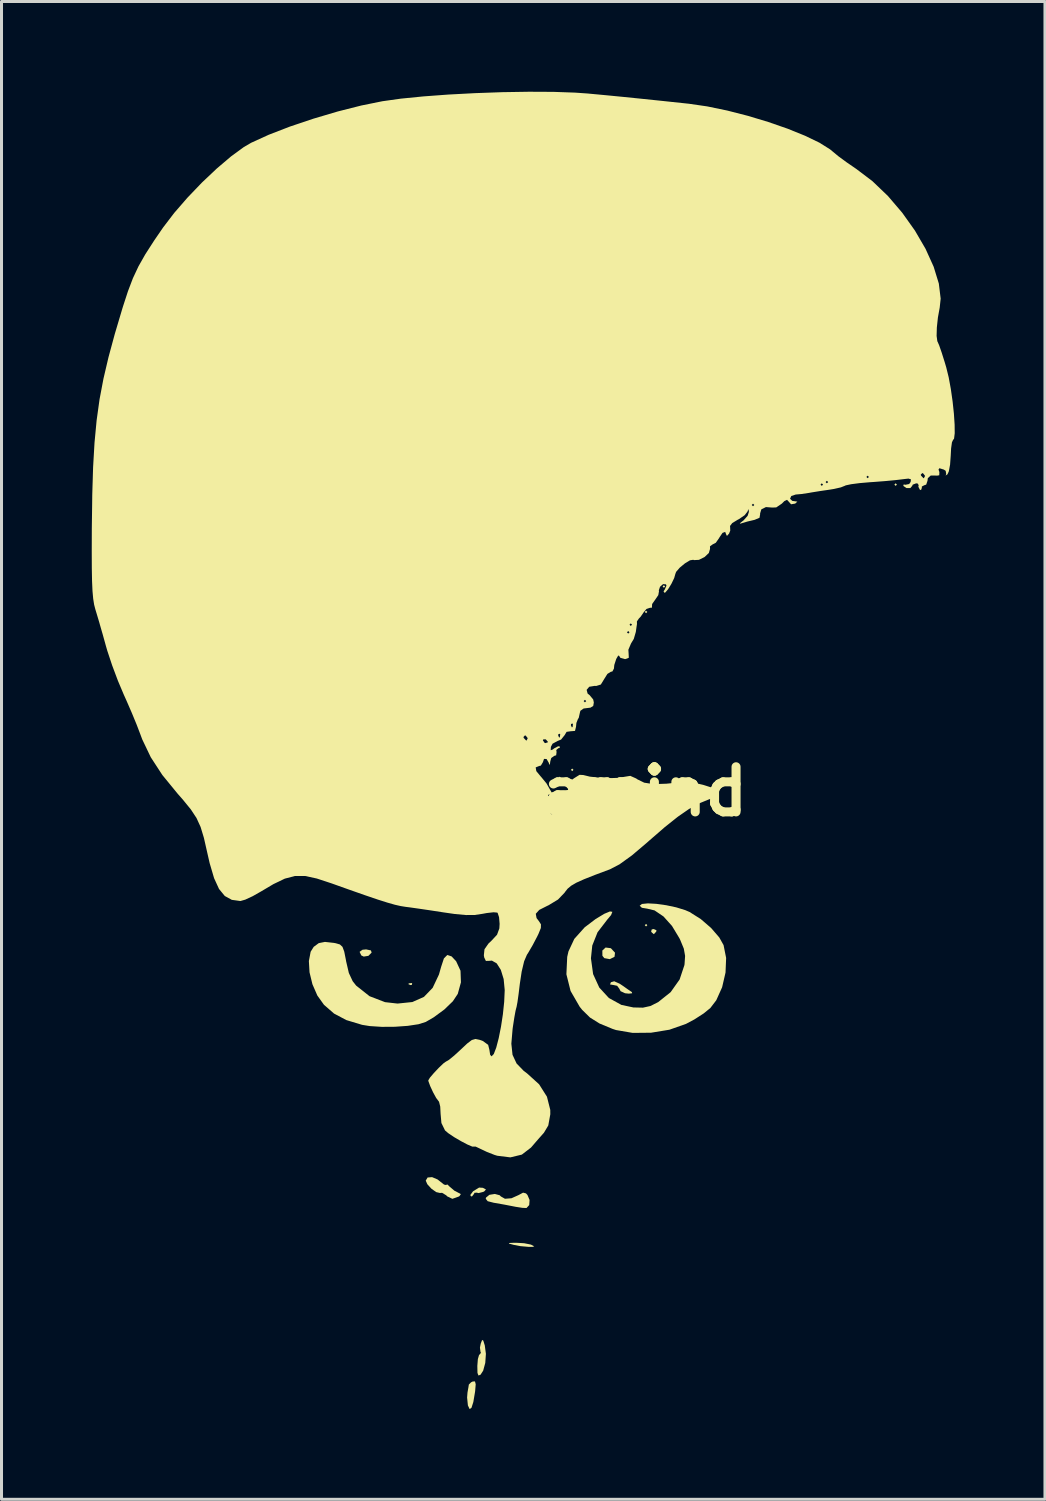
<source format=kicad_pcb>
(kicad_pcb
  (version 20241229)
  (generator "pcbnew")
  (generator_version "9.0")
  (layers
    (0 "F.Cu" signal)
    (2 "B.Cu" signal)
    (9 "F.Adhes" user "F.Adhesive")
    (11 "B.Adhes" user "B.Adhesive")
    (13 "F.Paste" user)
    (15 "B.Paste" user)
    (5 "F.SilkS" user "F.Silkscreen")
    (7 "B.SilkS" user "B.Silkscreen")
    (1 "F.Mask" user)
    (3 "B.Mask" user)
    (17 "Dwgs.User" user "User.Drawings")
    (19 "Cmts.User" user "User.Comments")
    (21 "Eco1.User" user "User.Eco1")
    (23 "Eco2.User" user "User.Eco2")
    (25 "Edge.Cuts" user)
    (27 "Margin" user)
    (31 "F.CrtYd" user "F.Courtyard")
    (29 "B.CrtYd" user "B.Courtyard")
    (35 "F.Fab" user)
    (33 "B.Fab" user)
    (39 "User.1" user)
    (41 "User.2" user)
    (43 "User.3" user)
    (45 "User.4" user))
  (footprint "aniMegamind"
    (layer "F.Cu")
    (at 14.49 23.262)
    (property "Reference" "aniMegamind" (at 0 0 0) (layer "F.SilkS") (effects (font (size 1.5 1.5) (thickness 0.3))))
    (attr board_only exclude_from_pos_files exclude_from_bom)
    (fp_poly (pts (xy 1.524 -0.72) (xy 1.482 -0.677) (xy 1.439 -0.72) (xy 1.482 -0.762)) (stroke (width 0) (type solid)) (fill yes) (layer "F.SilkS"))
    (fp_poly (pts (xy 3.979 -5.969) (xy 3.937 -5.927) (xy 3.895 -5.969) (xy 3.937 -6.011)) (stroke (width 0) (type solid)) (fill yes) (layer "F.SilkS"))
    (fp_poly (pts (xy 3.979 4.445) (xy 3.937 4.487) (xy 3.895 4.445) (xy 3.937 4.403)) (stroke (width 0) (type solid)) (fill yes) (layer "F.SilkS"))
    (fp_poly (pts (xy 4.572 -6.816) (xy 4.53 -6.773) (xy 4.487 -6.816) (xy 4.53 -6.858)) (stroke (width 0) (type solid)) (fill yes) (layer "F.SilkS"))
    (fp_poly (pts (xy 12.277 -10.202) (xy 12.234 -10.16) (xy 12.192 -10.202) (xy 12.234 -10.245)) (stroke (width 0) (type solid)) (fill yes) (layer "F.SilkS"))
    (fp_poly (pts (xy -3.838 6.378) (xy -3.85 6.429) (xy -3.895 6.435) (xy -3.964 6.404) (xy -3.951 6.378) (xy -3.851 6.368)) (stroke (width 0) (type solid)) (fill yes) (layer "F.SilkS"))
    (fp_poly (pts (xy 1.088 -0.474) (xy 1.178 -0.389) (xy 1.16 -0.339) (xy 1.148 -0.339) (xy 1.076 -0.399) (xy 1.05 -0.436) (xy 1.04 -0.494)) (stroke (width 0) (type solid)) (fill yes) (layer "F.SilkS"))
    (fp_poly (pts (xy -5.209 5.283) (xy -5.186 5.355) (xy -5.292 5.463) (xy -5.449 5.488) (xy -5.529 5.45) (xy -5.586 5.331) (xy -5.49 5.261) (xy -5.369 5.249)) (stroke (width 0) (type solid)) (fill yes) (layer "F.SilkS"))
    (fp_poly (pts (xy 4.282 4.612) (xy 4.276 4.657) (xy 4.203 4.737) (xy 4.191 4.741) (xy 4.124 4.682) (xy 4.106 4.657) (xy 4.126 4.585) (xy 4.191 4.572)) (stroke (width 0) (type solid)) (fill yes) (layer "F.SilkS"))
    (fp_poly (pts (xy 2.758 5.208) (xy 2.775 5.218) (xy 2.905 5.359) (xy 2.889 5.494) (xy 2.735 5.572) (xy 2.73 5.573) (xy 2.549 5.54) (xy 2.486 5.461) (xy 2.484 5.287) (xy 2.592 5.187)) (stroke (width 0) (type solid)) (fill yes) (layer "F.SilkS"))
    (fp_poly (pts (xy -0.117 15.017) (xy 0.099 15.06) (xy 0.127 15.071) (xy 0.22 15.12) (xy 0.168 15.139) (xy 0.042 15.139) (xy -0.239 15.114) (xy -0.466 15.071) (xy -0.615 15.03) (xy -0.622 15.01) (xy -0.475 15.003) (xy -0.381 15.002)) (stroke (width 0) (type solid)) (fill yes) (layer "F.SilkS"))
    (fp_poly (pts (xy -1.488 13.175) (xy -1.385 13.23) (xy -1.438 13.29) (xy -1.473 13.31) (xy -1.63 13.35) (xy -1.694 13.335) (xy -1.772 13.342) (xy -1.778 13.372) (xy -1.845 13.456) (xy -1.881 13.462) (xy -1.906 13.414) (xy -1.816 13.293) (xy -1.812 13.289) (xy -1.613 13.167)) (stroke (width 0) (type solid)) (fill yes) (layer "F.SilkS"))
    (fp_poly (pts (xy -1.726 19.704) (xy -1.744 19.926) (xy -1.749 19.964) (xy -1.805 20.296) (xy -1.866 20.487) (xy -1.928 20.53) (xy -1.984 20.413) (xy -1.986 20.403) (xy -2.012 20.147) (xy -1.999 19.981) (xy -1.967 19.8) (xy -1.954 19.715) (xy -1.881 19.641) (xy -1.822 19.613) (xy -1.75 19.611)) (stroke (width 0) (type solid)) (fill yes) (layer "F.SilkS"))
    (fp_poly (pts (xy 3.06 6.39) (xy 3.146 6.447) (xy 3.331 6.577) (xy 3.45 6.658) (xy 3.464 6.667) (xy 3.474 6.708) (xy 3.362 6.72) (xy 3.239 6.707) (xy 3.09 6.638) (xy 3.048 6.556) (xy 2.976 6.459) (xy 2.862 6.435) (xy 2.739 6.414) (xy 2.768 6.342) (xy 2.769 6.341) (xy 2.879 6.309)) (stroke (width 0) (type solid)) (fill yes) (layer "F.SilkS"))
    (fp_poly (pts (xy -1.475 18.253) (xy -1.424 18.415) (xy -1.387 18.694) (xy -1.408 18.996) (xy -1.478 19.254) (xy -1.565 19.388) (xy -1.634 19.415) (xy -1.667 19.329) (xy -1.672 19.102) (xy -1.672 19.096) (xy -1.654 18.868) (xy -1.614 18.73) (xy -1.59 18.711) (xy -1.552 18.659) (xy -1.567 18.626) (xy -1.585 18.485) (xy -1.558 18.351) (xy -1.512 18.233)) (stroke (width 0) (type solid)) (fill yes) (layer "F.SilkS"))
    (fp_poly (pts (xy -2.994 12.897) (xy -2.917 12.958) (xy -2.779 13.067) (xy -2.709 13.083) (xy -2.707 13.075) (xy -2.664 13.065) (xy -2.601 13.129) (xy -2.434 13.271) (xy -2.331 13.324) (xy -2.22 13.384) (xy -2.263 13.448) (xy -2.288 13.465) (xy -2.502 13.541) (xy -2.675 13.458) (xy -2.705 13.425) (xy -2.843 13.342) (xy -2.919 13.346) (xy -3.041 13.317) (xy -3.2 13.203) (xy -3.335 13.055) (xy -3.387 12.935) (xy -3.325 12.832) (xy -3.176 12.82)) (stroke (width 0) (type solid)) (fill yes) (layer "F.SilkS"))
    (fp_poly (pts (xy -0.055 13.36) (xy -0.005 13.414) (xy 0.065 13.579) (xy 0.053 13.749) (xy -0.036 13.845) (xy -0.042 13.846) (xy -0.173 13.841) (xy -0.395 13.807) (xy -0.466 13.793) (xy -0.781 13.732) (xy -1.093 13.677) (xy -1.118 13.674) (xy -1.328 13.62) (xy -1.392 13.541) (xy -1.384 13.501) (xy -1.272 13.408) (xy -1.09 13.379) (xy -0.929 13.422) (xy -0.889 13.462) (xy -0.753 13.539) (xy -0.537 13.522) (xy -0.305 13.418) (xy -0.151 13.336)) (stroke (width 0) (type solid)) (fill yes) (layer "F.SilkS"))
    (fp_poly (pts (xy -6.441 5.033) (xy -6.377 5.045) (xy -6.241 5.085) (xy -6.155 5.164) (xy -6.096 5.324) (xy -6.04 5.605) (xy -6.033 5.648) (xy -5.943 6.034) (xy -5.816 6.306) (xy -5.7 6.453) (xy -5.255 6.805) (xy -4.74 7.003) (xy -4.325 7.05) (xy -3.832 6.999) (xy -3.447 6.828) (xy -3.157 6.527) (xy -2.948 6.085) (xy -2.875 5.828) (xy -2.783 5.549) (xy -2.671 5.435) (xy -2.528 5.482) (xy -2.377 5.642) (xy -2.231 5.958) (xy -2.217 6.344) (xy -2.322 6.728) (xy -2.486 6.974) (xy -2.766 7.245) (xy -3.122 7.507) (xy -3.387 7.661) (xy -3.628 7.737) (xy -3.986 7.791) (xy -4.41 7.821) (xy -4.849 7.824) (xy -5.251 7.798) (xy -5.503 7.757) (xy -6.027 7.599) (xy -6.436 7.382) (xy -6.77 7.091) (xy -6.991 6.782) (xy -7.154 6.407) (xy -7.25 6.011) (xy -7.272 5.637) (xy -7.213 5.327) (xy -7.112 5.165) (xy -6.944 5.041) (xy -6.738 5)) (stroke (width 0) (type solid)) (fill yes) (layer "F.SilkS"))
    (fp_poly (pts (xy 4.281 3.735) (xy 4.608 3.781) (xy 4.939 3.851) (xy 5.235 3.942) (xy 5.386 4.007) (xy 5.756 4.241) (xy 6.099 4.537) (xy 6.371 4.852) (xy 6.514 5.107) (xy 6.599 5.533) (xy 6.579 6.019) (xy 6.466 6.507) (xy 6.272 6.939) (xy 6.074 7.198) (xy 5.85 7.38) (xy 5.541 7.579) (xy 5.264 7.726) (xy 4.715 7.919) (xy 4.104 8.019) (xy 3.492 8.025) (xy 2.939 7.93) (xy 2.826 7.893) (xy 2.393 7.714) (xy 2.074 7.515) (xy 1.814 7.26) (xy 1.731 7.156) (xy 1.428 6.632) (xy 1.289 6.076) (xy 1.316 5.498) (xy 1.358 5.315) (xy 1.552 4.9) (xy 1.897 4.515) (xy 2.26 4.24) (xy 2.548 4.066) (xy 2.737 3.987) (xy 2.817 4) (xy 2.775 4.107) (xy 2.651 4.255) (xy 2.325 4.679) (xy 2.149 5.121) (xy 2.105 5.545) (xy 2.177 6.07) (xy 2.382 6.518) (xy 2.702 6.866) (xy 3.119 7.095) (xy 3.516 7.179) (xy 3.834 7.186) (xy 4.083 7.131) (xy 4.341 7.001) (xy 4.754 6.671) (xy 5.053 6.249) (xy 5.212 5.772) (xy 5.217 5.735) (xy 5.235 5.465) (xy 5.192 5.223) (xy 5.072 4.932) (xy 5.045 4.877) (xy 4.799 4.469) (xy 4.515 4.153) (xy 4.219 3.953) (xy 3.976 3.895) (xy 3.799 3.866) (xy 3.725 3.798) (xy 3.725 3.798) (xy 3.8 3.739) (xy 3.999 3.719)) (stroke (width 0) (type solid)) (fill yes) (layer "F.SilkS"))
    (fp_poly (pts (xy 0.861 -23.258) (xy 1.577 -23.233) (xy 1.99 -23.204) (xy 2.58 -23.149) (xy 3.164 -23.092) (xy 3.786 -23.029) (xy 4.489 -22.956) (xy 5.315 -22.868) (xy 5.356 -22.864) (xy 5.97 -22.775) (xy 6.636 -22.637) (xy 7.323 -22.461) (xy 8.003 -22.256) (xy 8.645 -22.033) (xy 9.221 -21.8) (xy 9.7 -21.569) (xy 10.053 -21.348) (xy 10.153 -21.265) (xy 10.333 -21.116) (xy 10.601 -20.919) (xy 10.901 -20.713) (xy 10.922 -20.699) (xy 11.462 -20.29) (xy 11.978 -19.796) (xy 12.453 -19.24) (xy 12.875 -18.647) (xy 13.228 -18.041) (xy 13.498 -17.445) (xy 13.67 -16.885) (xy 13.731 -16.384) (xy 13.699 -16.087) (xy 13.639 -15.755) (xy 13.604 -15.425) (xy 13.596 -15.146) (xy 13.62 -14.968) (xy 13.632 -14.944) (xy 13.682 -14.829) (xy 13.764 -14.593) (xy 13.864 -14.276) (xy 13.917 -14.097) (xy 13.998 -13.767) (xy 14.069 -13.379) (xy 14.128 -12.965) (xy 14.171 -12.56) (xy 14.195 -12.196) (xy 14.198 -11.908) (xy 14.176 -11.728) (xy 14.141 -11.684) (xy 14.106 -11.607) (xy 14.078 -11.406) (xy 14.065 -11.158) (xy 14.044 -10.867) (xy 14.002 -10.642) (xy 13.957 -10.544) (xy 13.894 -10.502) (xy 13.915 -10.553) (xy 13.898 -10.66) (xy 13.836 -10.701) (xy 13.689 -10.747) (xy 13.66 -10.703) (xy 13.688 -10.619) (xy 13.684 -10.513) (xy 13.622 -10.502) (xy 13.401 -10.504) (xy 13.304 -10.417) (xy 13.293 -10.329) (xy 13.25 -10.202) (xy 13.187 -10.181) (xy 13.105 -10.138) (xy 13.104 -10.09) (xy 13.078 -10.02) (xy 13.039 -10.033) (xy 12.988 -10.134) (xy 13 -10.166) (xy 12.977 -10.233) (xy 12.917 -10.245) (xy 12.801 -10.2) (xy 12.785 -10.16) (xy 12.723 -10.087) (xy 12.595 -10.087) (xy 12.489 -10.159) (xy 12.502 -10.208) (xy 12.558 -10.196) (xy 12.684 -10.222) (xy 12.732 -10.29) (xy 12.743 -10.377) (xy 12.658 -10.402) (xy 12.467 -10.38) (xy 12.235 -10.352) (xy 11.896 -10.32) (xy 11.511 -10.29) (xy 11.388 -10.282) (xy 11.04 -10.252) (xy 10.755 -10.215) (xy 10.576 -10.177) (xy 10.542 -10.161) (xy 10.413 -10.11) (xy 10.181 -10.057) (xy 10.033 -10.033) (xy 9.725 -9.988) (xy 9.444 -9.943) (xy 9.356 -9.927) (xy 9.102 -9.889) (xy 8.911 -9.872) (xy 8.765 -9.823) (xy 8.724 -9.732) (xy 8.798 -9.661) (xy 8.869 -9.651) (xy 8.966 -9.636) (xy 8.904 -9.578) (xy 8.891 -9.57) (xy 8.758 -9.548) (xy 8.693 -9.621) (xy 8.624 -9.696) (xy 8.534 -9.653) (xy 8.452 -9.571) (xy 8.266 -9.444) (xy 8.133 -9.439) (xy 7.922 -9.455) (xy 7.769 -9.379) (xy 7.727 -9.239) (xy 7.73 -9.226) (xy 7.709 -9.1) (xy 7.546 -9.031) (xy 7.306 -8.974) (xy 7.154 -8.928) (xy 7.052 -8.899) (xy 7.081 -8.939) (xy 7.176 -9.011) (xy 7.313 -9.164) (xy 7.356 -9.297) (xy 7.342 -9.39) (xy 7.313 -9.318) (xy 7.31 -9.306) (xy 7.215 -9.185) (xy 7.026 -9.055) (xy 6.977 -9.03) (xy 6.801 -8.922) (xy 6.727 -8.826) (xy 6.731 -8.805) (xy 6.736 -8.672) (xy 6.696 -8.573) (xy 6.627 -8.497) (xy 6.607 -8.53) (xy 6.567 -8.63) (xy 6.479 -8.597) (xy 6.375 -8.444) (xy 6.365 -8.424) (xy 6.255 -8.268) (xy 6.148 -8.213) (xy 6.062 -8.15) (xy 6.064 -8.065) (xy 6.024 -7.928) (xy 5.88 -7.793) (xy 5.695 -7.701) (xy 5.531 -7.692) (xy 5.505 -7.703) (xy 5.397 -7.685) (xy 5.23 -7.584) (xy 5.058 -7.442) (xy 4.937 -7.302) (xy 4.911 -7.233) (xy 4.872 -7.095) (xy 4.78 -6.904) (xy 4.669 -6.723) (xy 4.575 -6.614) (xy 4.552 -6.604) (xy 4.519 -6.652) (xy 4.561 -6.718) (xy 4.615 -6.841) (xy 4.6 -6.886) (xy 4.502 -6.894) (xy 4.402 -6.807) (xy 4.361 -6.686) (xy 4.367 -6.658) (xy 4.344 -6.528) (xy 4.241 -6.377) (xy 4.139 -6.232) (xy 4.133 -6.14) (xy 4.124 -6.104) (xy 4.077 -6.11) (xy 3.951 -6.068) (xy 3.866 -5.969) (xy 3.759 -5.813) (xy 3.697 -5.748) (xy 3.633 -5.654) (xy 3.633 -5.642) (xy 3.635 -5.567) (xy 3.621 -5.477) (xy 3.597 -5.304) (xy 3.529 -5.072) (xy 3.437 -4.92) (xy 3.349 -4.712) (xy 3.357 -4.59) (xy 3.364 -4.446) (xy 3.255 -4.403) (xy 3.227 -4.403) (xy 3.082 -4.445) (xy 3.043 -4.508) (xy 3.012 -4.521) (xy 2.945 -4.404) (xy 2.945 -4.403) (xy 2.881 -4.207) (xy 2.869 -4.085) (xy 2.818 -3.991) (xy 2.766 -3.979) (xy 2.652 -3.909) (xy 2.545 -3.738) (xy 2.543 -3.734) (xy 2.434 -3.556) (xy 2.28 -3.508) (xy 2.23 -3.511) (xy 2.049 -3.482) (xy 1.962 -3.38) (xy 1.994 -3.256) (xy 2.061 -3.203) (xy 2.18 -3.059) (xy 2.201 -2.959) (xy 2.181 -2.844) (xy 2.089 -2.787) (xy 1.877 -2.761) (xy 1.863 -2.76) (xy 1.753 -2.682) (xy 1.735 -2.609) (xy 1.7 -2.45) (xy 1.671 -2.405) (xy 1.621 -2.278) (xy 1.609 -2.153) (xy 1.575 -2.014) (xy 1.453 -2.004) (xy 1.447 -2.005) (xy 1.295 -1.983) (xy 1.232 -1.876) (xy 1.112 -1.726) (xy 0.992 -1.678) (xy 0.828 -1.588) (xy 0.774 -1.484) (xy 0.767 -1.371) (xy 0.837 -1.397) (xy 0.881 -1.433) (xy 1.014 -1.503) (xy 1.074 -1.494) (xy 1.062 -1.445) (xy 1.021 -1.439) (xy 0.952 -1.379) (xy 0.962 -1.312) (xy 0.949 -1.203) (xy 0.886 -1.185) (xy 0.785 -1.113) (xy 0.752 -0.995) (xy 0.738 -0.88) (xy 0.71 -0.928) (xy 0.704 -0.953) (xy 0.63 -1.079) (xy 0.545 -1.084) (xy 0.508 -0.974) (xy 0.44 -0.861) (xy 0.381 -0.847) (xy 0.268 -0.801) (xy 0.289 -0.677) (xy 0.442 -0.492) (xy 0.451 -0.483) (xy 0.628 -0.268) (xy 0.768 -0.021) (xy 0.865 0.144) (xy 0.959 0.23) (xy 1.016 0.213) (xy 1.015 0.134) (xy 1.059 0.03) (xy 1.176 -0.025) (xy 1.276 0.011) (xy 1.278 0.014) (xy 1.353 0.053) (xy 1.391 0.009) (xy 1.393 -0.075) (xy 1.36 -0.085) (xy 1.283 -0.154) (xy 1.27 -0.226) (xy 1.293 -0.322) (xy 1.319 -0.318) (xy 1.407 -0.334) (xy 1.538 -0.437) (xy 1.726 -0.554) (xy 1.848 -0.548) (xy 2.069 -0.494) (xy 2.382 -0.459) (xy 2.722 -0.444) (xy 3.024 -0.454) (xy 3.216 -0.488) (xy 3.412 -0.52) (xy 3.608 -0.433) (xy 3.649 -0.404) (xy 3.876 -0.293) (xy 4.187 -0.245) (xy 4.614 -0.259) (xy 4.847 -0.283) (xy 5.059 -0.288) (xy 5.161 -0.248) (xy 5.165 -0.235) (xy 5.211 -0.2) (xy 5.278 -0.242) (xy 5.406 -0.288) (xy 5.626 -0.269) (xy 5.838 -0.22) (xy 6.174 -0.113) (xy 6.342 -0.009) (xy 6.342 0.096) (xy 6.177 0.205) (xy 6.011 0.269) (xy 5.694 0.399) (xy 5.362 0.584) (xy 4.992 0.84) (xy 4.558 1.186) (xy 4.038 1.637) (xy 3.965 1.702) (xy 3.466 2.125) (xy 3.054 2.422) (xy 2.737 2.587) (xy 2.239 2.773) (xy 1.876 2.917) (xy 1.62 3.032) (xy 1.447 3.133) (xy 1.33 3.231) (xy 1.243 3.341) (xy 1.228 3.365) (xy 1.01 3.592) (xy 0.694 3.783) (xy 0.656 3.8) (xy 0.387 3.936) (xy 0.271 4.065) (xy 0.297 4.208) (xy 0.378 4.314) (xy 0.443 4.416) (xy 0.44 4.538) (xy 0.36 4.735) (xy 0.314 4.829) (xy 0.169 5.105) (xy 0.023 5.356) (xy -0.024 5.429) (xy -0.116 5.644) (xy -0.198 5.988) (xy -0.259 6.393) (xy -0.3 6.731) (xy -0.338 7.002) (xy -0.368 7.163) (xy -0.376 7.189) (xy -0.402 7.292) (xy -0.443 7.519) (xy -0.49 7.825) (xy -0.5 7.9) (xy -0.541 8.385) (xy -0.502 8.753) (xy -0.368 9.041) (xy -0.129 9.288) (xy -0.015 9.374) (xy 0.381 9.733) (xy 0.642 10.145) (xy 0.753 10.585) (xy 0.754 10.73) (xy 0.687 11.102) (xy 0.542 11.345) (xy 0.358 11.552) (xy 0.15 11.793) (xy 0.112 11.837) (xy -0.192 12.071) (xy -0.573 12.163) (xy -1.009 12.109) (xy -1.101 12.081) (xy -1.358 11.98) (xy -1.578 11.876) (xy -1.587 11.871) (xy -1.728 11.805) (xy -1.778 11.805) (xy -1.841 11.804) (xy -2.003 11.735) (xy -2.218 11.622) (xy -2.445 11.489) (xy -2.638 11.359) (xy -2.746 11.267) (xy -2.866 11.021) (xy -2.893 10.716) (xy -2.905 10.476) (xy -2.945 10.314) (xy -2.968 10.284) (xy -3.04 10.188) (xy -3.142 10.002) (xy -3.238 9.795) (xy -3.297 9.635) (xy -3.302 9.602) (xy -3.248 9.513) (xy -3.116 9.358) (xy -2.952 9.185) (xy -2.802 9.041) (xy -2.71 8.975) (xy -2.707 8.975) (xy -2.614 8.92) (xy -2.44 8.778) (xy -2.239 8.594) (xy -2.009 8.378) (xy -1.856 8.262) (xy -1.734 8.227) (xy -1.597 8.255) (xy -1.487 8.295) (xy -1.312 8.422) (xy -1.27 8.592) (xy -1.246 8.752) (xy -1.199 8.805) (xy -1.125 8.727) (xy -1.043 8.513) (xy -0.961 8.199) (xy -0.885 7.818) (xy -0.822 7.404) (xy -0.779 6.991) (xy -0.762 6.613) (xy -0.762 6.597) (xy -0.797 6.235) (xy -0.891 5.93) (xy -1.027 5.715) (xy -1.188 5.622) (xy -1.266 5.629) (xy -1.388 5.633) (xy -1.444 5.515) (xy -1.455 5.444) (xy -1.434 5.245) (xy -1.303 5.056) (xy -1.206 4.965) (xy -1.017 4.762) (xy -0.94 4.551) (xy -0.931 4.399) (xy -0.95 4.178) (xy -0.996 4.039) (xy -1.009 4.026) (xy -1.131 4.015) (xy -1.355 4.04) (xy -1.503 4.067) (xy -1.759 4.105) (xy -2.05 4.107) (xy -2.42 4.073) (xy -2.801 4.018) (xy -3.215 3.954) (xy -3.609 3.896) (xy -3.927 3.851) (xy -4.056 3.835) (xy -4.218 3.809) (xy -4.412 3.765) (xy -4.658 3.695) (xy -4.98 3.593) (xy -5.398 3.451) (xy -5.933 3.263) (xy -6.519 3.054) (xy -7.008 2.893) (xy -7.397 2.809) (xy -7.736 2.809) (xy -8.072 2.897) (xy -8.452 3.08) (xy -8.857 3.32) (xy -9.139 3.48) (xy -9.386 3.595) (xy -9.547 3.641) (xy -9.55 3.641) (xy -9.834 3.602) (xy -10.067 3.474) (xy -10.259 3.24) (xy -10.423 2.882) (xy -10.57 2.383) (xy -10.654 2.016) (xy -10.762 1.54) (xy -10.871 1.18) (xy -11.007 0.883) (xy -11.114 0.72) (xy 0.762 0.72) (xy 0.804 0.762) (xy 0.847 0.72) (xy 0.804 0.677) (xy 0.762 0.72) (xy -11.114 0.72) (xy -11.196 0.596) (xy -11.371 0.381) (xy 0.762 0.381) (xy 0.804 0.423) (xy 0.847 0.381) (xy 0.804 0.339) (xy 0.762 0.381) (xy -11.371 0.381) (xy -11.464 0.267) (xy -11.587 0.127) (xy 0.677 0.127) (xy 0.72 0.169) (xy 0.762 0.127) (xy 0.72 0.085) (xy 0.677 0.127) (xy -11.587 0.127) (xy -11.63 0.079) (xy -12.143 -0.548) (xy -12.528 -1.139) (xy -12.811 -1.731) (xy -12.841 -1.811) (xy -0.14 -1.811) (xy -0.127 -1.778) (xy -0.051 -1.697) (xy -0.037 -1.693) (xy -0.035 -1.698) (xy 0.508 -1.698) (xy 0.569 -1.612) (xy 0.593 -1.609) (xy 0.675 -1.638) (xy 0.677 -1.646) (xy 0.618 -1.718) (xy 0.593 -1.736) (xy 0.515 -1.729) (xy 0.508 -1.698) (xy -0.035 -1.698) (xy -0.001 -1.759) (xy 0 -1.778) (xy -0.065 -1.859) (xy -0.09 -1.863) (xy 1.016 -1.863) (xy 1.047 -1.793) (xy 1.072 -1.806) (xy 1.083 -1.907) (xy 1.072 -1.919) (xy 1.022 -1.907) (xy 1.016 -1.863) (xy -0.09 -1.863) (xy -0.14 -1.811) (xy -12.841 -1.811) (xy -12.878 -1.91) (xy -12.989 -2.201) (xy 1.439 -2.201) (xy 1.47 -2.132) (xy 1.496 -2.145) (xy 1.506 -2.245) (xy 1.496 -2.258) (xy 1.445 -2.246) (xy 1.439 -2.201) (xy -12.989 -2.201) (xy -12.993 -2.212) (xy -13.154 -2.603) (xy -13.329 -3.006) (xy 1.863 -3.006) (xy 1.905 -2.963) (xy 1.947 -3.006) (xy 1.905 -3.048) (xy 1.863 -3.006) (xy -13.329 -3.006) (xy -13.335 -3.02) (xy -13.426 -3.222) (xy -13.619 -3.679) (xy -13.812 -4.194) (xy -13.973 -4.679) (xy -14.017 -4.831) (xy -14.129 -5.235) (xy -14.146 -5.292) (xy 3.302 -5.292) (xy 3.344 -5.249) (xy 3.387 -5.292) (xy 3.344 -5.334) (xy 3.302 -5.292) (xy -14.146 -5.292) (xy -14.219 -5.546) (xy 3.387 -5.546) (xy 3.429 -5.503) (xy 3.471 -5.546) (xy 3.429 -5.588) (xy 3.387 -5.546) (xy -14.219 -5.546) (xy -14.243 -5.632) (xy -14.34 -5.956) (xy -14.37 -6.054) (xy -14.411 -6.212) (xy -14.442 -6.408) (xy -14.465 -6.662) (xy -14.48 -6.997) (xy -14.488 -7.434) (xy -14.49 -7.994) (xy -14.488 -8.699) (xy -14.487 -8.805) (xy -14.477 -9.525) (xy 7.451 -9.525) (xy 7.493 -9.483) (xy 7.535 -9.525) (xy 7.493 -9.567) (xy 7.451 -9.525) (xy -14.477 -9.525) (xy -14.473 -9.862) (xy -14.463 -10.202) (xy 9.737 -10.202) (xy 9.779 -10.16) (xy 9.821 -10.202) (xy 9.779 -10.245) (xy 9.737 -10.202) (xy -14.463 -10.202) (xy -14.46 -10.287) (xy 9.906 -10.287) (xy 9.948 -10.245) (xy 9.991 -10.287) (xy 9.948 -10.329) (xy 9.906 -10.287) (xy -14.46 -10.287) (xy -14.455 -10.456) (xy 11.261 -10.456) (xy 11.303 -10.414) (xy 11.345 -10.456) (xy 11.303 -10.499) (xy 11.261 -10.456) (xy -14.455 -10.456) (xy -14.453 -10.531) (xy 13.068 -10.531) (xy 13.081 -10.499) (xy 13.157 -10.418) (xy 13.171 -10.414) (xy 13.207 -10.48) (xy 13.208 -10.499) (xy 13.143 -10.58) (xy 13.118 -10.583) (xy 13.068 -10.531) (xy -14.453 -10.531) (xy -14.445 -10.781) (xy -14.398 -11.595) (xy -14.328 -12.336) (xy -14.231 -13.035) (xy -14.1 -13.726) (xy -13.933 -14.438) (xy -13.725 -15.206) (xy -13.471 -16.06) (xy -13.452 -16.122) (xy -13.286 -16.631) (xy -13.122 -17.062) (xy -12.937 -17.457) (xy -12.708 -17.861) (xy -12.413 -18.319) (xy -12.119 -18.748) (xy -11.749 -19.233) (xy -11.308 -19.741) (xy -10.827 -20.243) (xy -10.334 -20.709) (xy -9.86 -21.112) (xy -9.433 -21.424) (xy -9.192 -21.565) (xy -8.606 -21.832) (xy -7.9 -22.105) (xy -7.12 -22.367) (xy -6.313 -22.606) (xy -5.527 -22.805) (xy -4.826 -22.947) (xy -4.212 -23.033) (xy -3.467 -23.107) (xy -2.631 -23.169) (xy -1.741 -23.216) (xy -0.837 -23.248) (xy 0.043 -23.262)) (stroke (width 0) (type solid)) (fill yes) (layer "F.SilkS")))
  (gr_rect
    (start -3 -3)
    (end 31.688 46.792)
    (stroke (width 0.1) (type default))
    (fill no)
    (layer "Edge.Cuts")))
</source>
